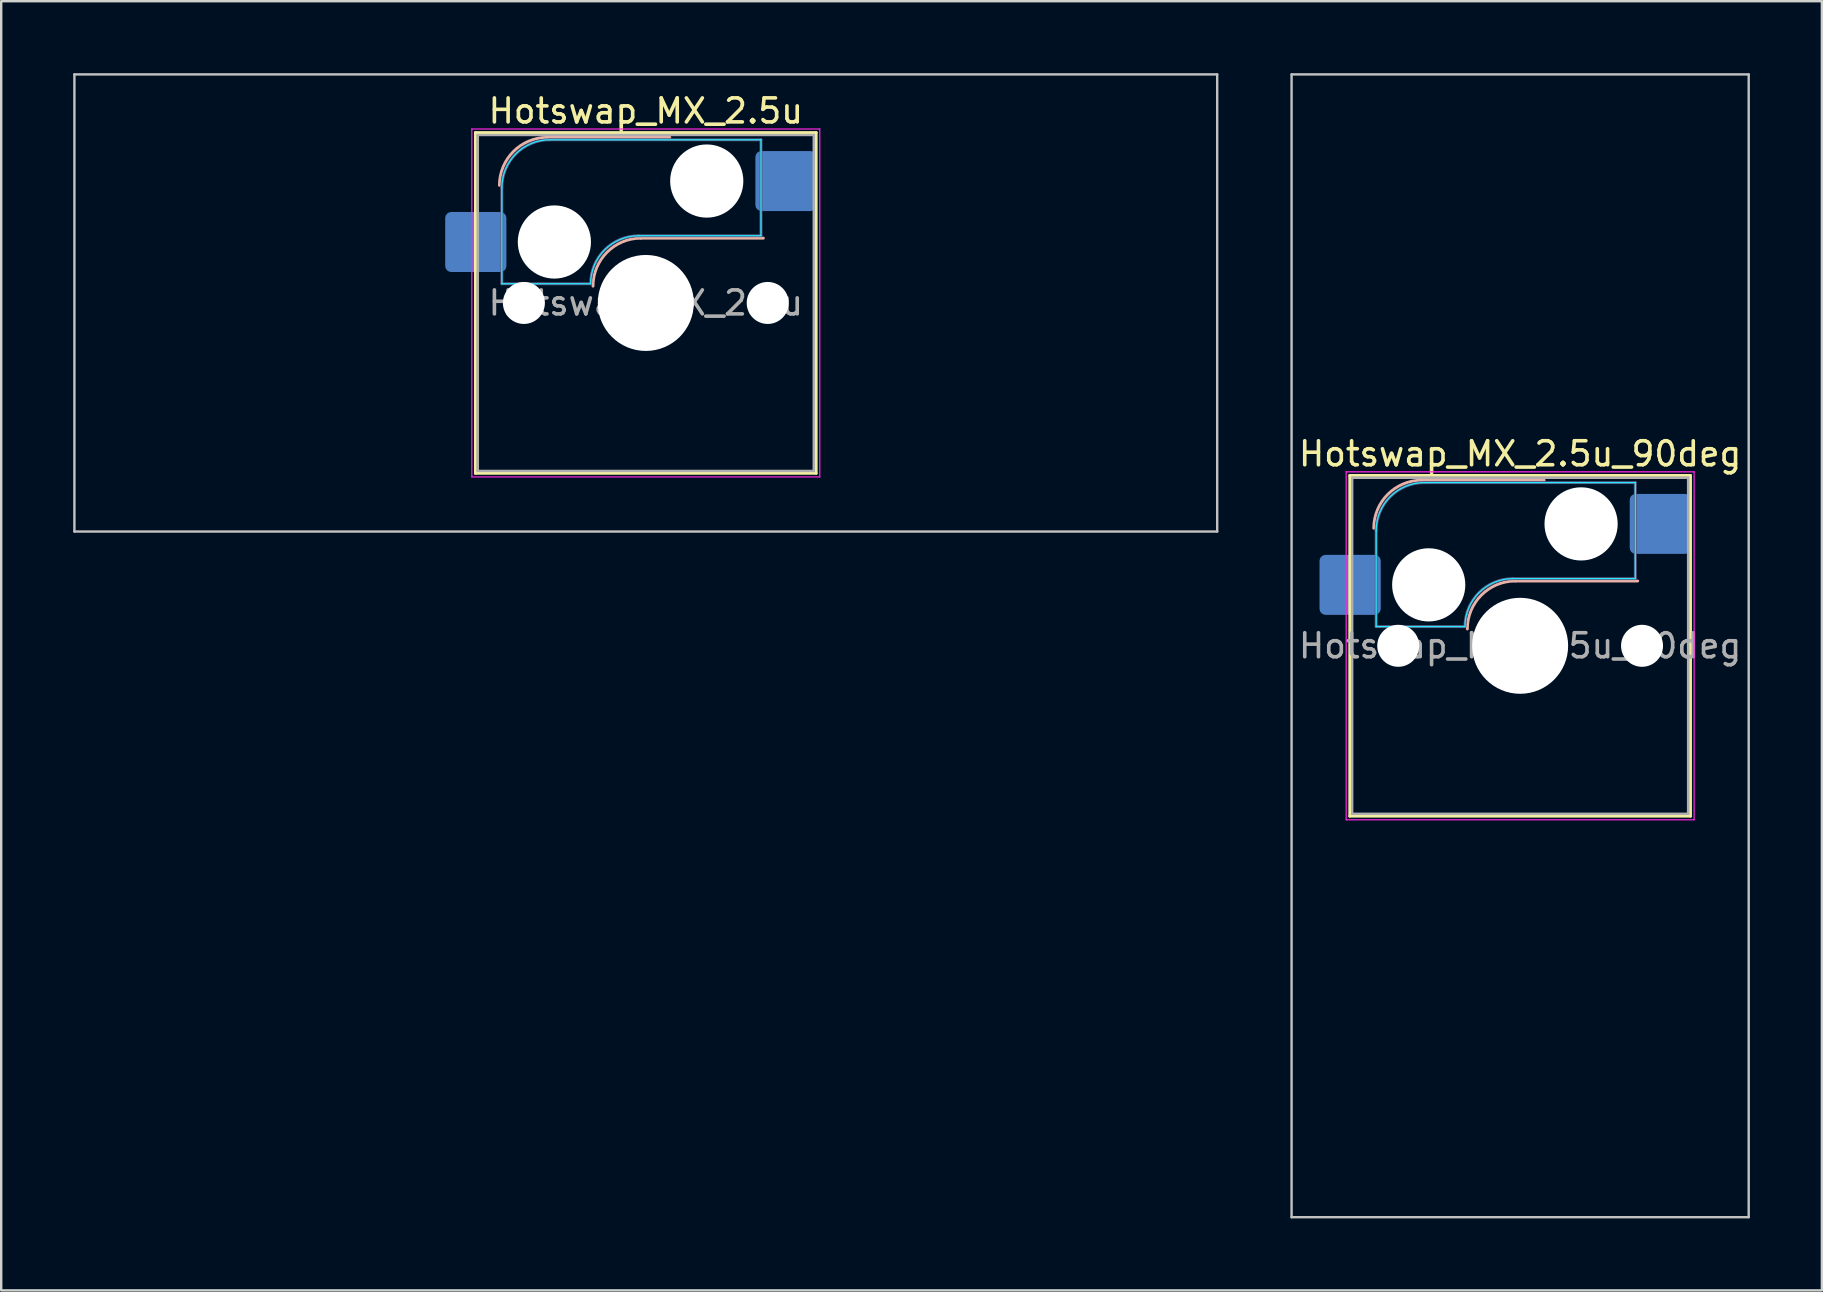
<source format=kicad_pcb>
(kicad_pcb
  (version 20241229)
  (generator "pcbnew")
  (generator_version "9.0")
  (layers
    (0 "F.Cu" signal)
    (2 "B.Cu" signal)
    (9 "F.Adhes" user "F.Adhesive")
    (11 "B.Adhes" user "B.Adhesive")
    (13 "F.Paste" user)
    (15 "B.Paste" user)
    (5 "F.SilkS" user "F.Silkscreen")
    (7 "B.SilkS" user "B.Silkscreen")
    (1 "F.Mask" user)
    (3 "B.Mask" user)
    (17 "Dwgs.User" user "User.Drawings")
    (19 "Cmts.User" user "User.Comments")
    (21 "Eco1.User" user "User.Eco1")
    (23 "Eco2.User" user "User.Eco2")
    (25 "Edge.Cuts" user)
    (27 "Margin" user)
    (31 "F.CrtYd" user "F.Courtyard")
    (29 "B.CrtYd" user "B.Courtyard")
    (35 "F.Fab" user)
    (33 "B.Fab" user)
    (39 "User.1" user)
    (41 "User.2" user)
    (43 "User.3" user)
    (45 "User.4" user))
  (footprint "Hotswap_MX_2.5u_90deg"
    (layer "F.Cu")
    (at 60.3 23.863)
    (property "Reference" "Hotswap_MX_2.5u_90deg" (at 0 -8 0) (layer "F.SilkS") (effects (font (size 1 1) (thickness 0.15))))
    (attr smd)
    (fp_line (start -7.1 -7.1) (end -7.1 7.1) (stroke (width 0.12) (type solid)) (layer "F.SilkS"))
    (fp_line (start -7.1 7.1) (end 7.1 7.1) (stroke (width 0.12) (type solid)) (layer "F.SilkS"))
    (fp_line (start 7.1 -7.1) (end -7.1 -7.1) (stroke (width 0.12) (type solid)) (layer "F.SilkS"))
    (fp_line (start 7.1 7.1) (end 7.1 -7.1) (stroke (width 0.12) (type solid)) (layer "F.SilkS"))
    (fp_line (start -4.1 -6.9) (end 1 -6.9) (stroke (width 0.12) (type solid)) (layer "B.SilkS"))
    (fp_line (start -0.2 -2.7) (end 4.9 -2.7) (stroke (width 0.12) (type solid)) (layer "B.SilkS"))
    (fp_arc (start -6.1 -4.9) (mid -5.514214 -6.314214) (end -4.1 -6.9) (stroke (width 0.12) (type solid)) (layer "B.SilkS"))
    (fp_arc (start -2.2 -0.7) (mid -1.614214 -2.114214) (end -0.2 -2.7) (stroke (width 0.12) (type solid)) (layer "B.SilkS"))
    (fp_line (start -9.525 -23.812) (end 9.525 -23.812) (stroke (width 0.1) (type solid)) (layer "Dwgs.User"))
    (fp_line (start -9.525 23.812) (end -9.525 -23.812) (stroke (width 0.1) (type solid)) (layer "Dwgs.User"))
    (fp_line (start 9.525 -23.812) (end 9.525 23.812) (stroke (width 0.1) (type solid)) (layer "Dwgs.User"))
    (fp_line (start 9.525 23.812) (end -9.525 23.812) (stroke (width 0.1) (type solid)) (layer "Dwgs.User"))
    (fp_line (start -7.8 -6) (end -7 -6) (stroke (width 0.1) (type solid)) (layer "Eco1.User"))
    (fp_line (start -7.8 -2.9) (end -7.8 -6) (stroke (width 0.1) (type solid)) (layer "Eco1.User"))
    (fp_line (start -7.8 2.9) (end -7 2.9) (stroke (width 0.1) (type solid)) (layer "Eco1.User"))
    (fp_line (start -7.8 6) (end -7.8 2.9) (stroke (width 0.1) (type solid)) (layer "Eco1.User"))
    (fp_line (start -7 -7) (end 7 -7) (stroke (width 0.1) (type solid)) (layer "Eco1.User"))
    (fp_line (start -7 -6) (end -7 -7) (stroke (width 0.1) (type solid)) (layer "Eco1.User"))
    (fp_line (start -7 -2.9) (end -7.8 -2.9) (stroke (width 0.1) (type solid)) (layer "Eco1.User"))
    (fp_line (start -7 2.9) (end -7 -2.9) (stroke (width 0.1) (type solid)) (layer "Eco1.User"))
    (fp_line (start -7 6) (end -7.8 6) (stroke (width 0.1) (type solid)) (layer "Eco1.User"))
    (fp_line (start -7 7) (end -7 6) (stroke (width 0.1) (type solid)) (layer "Eco1.User"))
    (fp_line (start 7 -7) (end 7 -6) (stroke (width 0.1) (type solid)) (layer "Eco1.User"))
    (fp_line (start 7 -6) (end 7.8 -6) (stroke (width 0.1) (type solid)) (layer "Eco1.User"))
    (fp_line (start 7 -2.9) (end 7 2.9) (stroke (width 0.1) (type solid)) (layer "Eco1.User"))
    (fp_line (start 7 2.9) (end 7.8 2.9) (stroke (width 0.1) (type solid)) (layer "Eco1.User"))
    (fp_line (start 7 6) (end 7 7) (stroke (width 0.1) (type solid)) (layer "Eco1.User"))
    (fp_line (start 7 7) (end -7 7) (stroke (width 0.1) (type solid)) (layer "Eco1.User"))
    (fp_line (start 7.8 -6) (end 7.8 -2.9) (stroke (width 0.1) (type solid)) (layer "Eco1.User"))
    (fp_line (start 7.8 -2.9) (end 7 -2.9) (stroke (width 0.1) (type solid)) (layer "Eco1.User"))
    (fp_line (start 7.8 2.9) (end 7.8 6) (stroke (width 0.1) (type solid)) (layer "Eco1.User"))
    (fp_line (start 7.8 6) (end 7 6) (stroke (width 0.1) (type solid)) (layer "Eco1.User"))
    (fp_line (start -6 -0.8) (end -6 -4.8) (stroke (width 0.05) (type solid)) (layer "B.CrtYd"))
    (fp_line (start -6 -0.8) (end -2.3 -0.8) (stroke (width 0.05) (type solid)) (layer "B.CrtYd"))
    (fp_line (start -4 -6.8) (end 4.8 -6.8) (stroke (width 0.05) (type solid)) (layer "B.CrtYd"))
    (fp_line (start -0.3 -2.8) (end 4.8 -2.8) (stroke (width 0.05) (type solid)) (layer "B.CrtYd"))
    (fp_line (start 4.8 -6.8) (end 4.8 -2.8) (stroke (width 0.05) (type solid)) (layer "B.CrtYd"))
    (fp_arc (start -6 -4.8) (mid -5.414214 -6.214214) (end -4 -6.8) (stroke (width 0.05) (type solid)) (layer "B.CrtYd"))
    (fp_arc (start -2.3 -0.8) (mid -1.714214 -2.214214) (end -0.3 -2.8) (stroke (width 0.05) (type solid)) (layer "B.CrtYd"))
    (fp_line (start -7.25 -7.25) (end -7.25 7.25) (stroke (width 0.05) (type solid)) (layer "F.CrtYd"))
    (fp_line (start -7.25 7.25) (end 7.25 7.25) (stroke (width 0.05) (type solid)) (layer "F.CrtYd"))
    (fp_line (start 7.25 -7.25) (end -7.25 -7.25) (stroke (width 0.05) (type solid)) (layer "F.CrtYd"))
    (fp_line (start 7.25 7.25) (end 7.25 -7.25) (stroke (width 0.05) (type solid)) (layer "F.CrtYd"))
    (fp_line (start -6 -0.8) (end -6 -4.8) (stroke (width 0.12) (type solid)) (layer "B.Fab"))
    (fp_line (start -6 -0.8) (end -2.3 -0.8) (stroke (width 0.12) (type solid)) (layer "B.Fab"))
    (fp_line (start -4 -6.8) (end 4.8 -6.8) (stroke (width 0.12) (type solid)) (layer "B.Fab"))
    (fp_line (start -0.3 -2.8) (end 4.8 -2.8) (stroke (width 0.12) (type solid)) (layer "B.Fab"))
    (fp_line (start 4.8 -6.8) (end 4.8 -2.8) (stroke (width 0.12) (type solid)) (layer "B.Fab"))
    (fp_arc (start -6 -4.8) (mid -5.414214 -6.214214) (end -4 -6.8) (stroke (width 0.12) (type solid)) (layer "B.Fab"))
    (fp_arc (start -2.3 -0.8) (mid -1.714214 -2.214214) (end -0.3 -2.8) (stroke (width 0.12) (type solid)) (layer "B.Fab"))
    (fp_line (start -7 -7) (end -7 7) (stroke (width 0.1) (type solid)) (layer "F.Fab"))
    (fp_line (start -7 7) (end 7 7) (stroke (width 0.1) (type solid)) (layer "F.Fab"))
    (fp_line (start 7 -7) (end -7 -7) (stroke (width 0.1) (type solid)) (layer "F.Fab"))
    (fp_line (start 7 7) (end 7 -7) (stroke (width 0.1) (type solid)) (layer "F.Fab"))
    (fp_text user "${REFERENCE}" (at 0 0 0) (layer "F.Fab") (effects (font (size 1 1) (thickness 0.15))))
    (pad "" np_thru_hole circle (at -5.08 0) (size 1.75 1.75) (drill 1.75) (layers "*.Cu" "*.Mask"))
    (pad "" np_thru_hole circle (at -3.81 -2.54) (size 3.05 3.05) (drill 3.05) (layers "*.Cu" "*.Mask"))
    (pad "" np_thru_hole circle (at 0 0) (size 4 4) (drill 4) (layers "*.Cu" "*.Mask"))
    (pad "" np_thru_hole circle (at 2.54 -5.08) (size 3.05 3.05) (drill 3.05) (layers "*.Cu" "*.Mask"))
    (pad "" np_thru_hole circle (at 5.08 0) (size 1.75 1.75) (drill 1.75) (layers "*.Cu" "*.Mask"))
    (pad "1" smd roundrect (at -7.085 -2.54) (size 2.55 2.5) (layers "B.Cu" "B.Mask" "B.Paste") (roundrect_rratio 0.1))
    (pad "2" smd roundrect (at 5.842 -5.08) (size 2.55 2.5) (layers "B.Cu" "B.Mask" "B.Paste") (roundrect_rratio 0.1)))
  (footprint "Hotswap_MX_2.5u"
    (layer "F.Cu")
    (at 23.863 9.575)
    (property "Reference" "Hotswap_MX_2.5u" (at 0 -8 0) (layer "F.SilkS") (effects (font (size 1 1) (thickness 0.15))))
    (attr smd)
    (fp_line (start -7.1 -7.1) (end -7.1 7.1) (stroke (width 0.12) (type solid)) (layer "F.SilkS"))
    (fp_line (start -7.1 7.1) (end 7.1 7.1) (stroke (width 0.12) (type solid)) (layer "F.SilkS"))
    (fp_line (start 7.1 -7.1) (end -7.1 -7.1) (stroke (width 0.12) (type solid)) (layer "F.SilkS"))
    (fp_line (start 7.1 7.1) (end 7.1 -7.1) (stroke (width 0.12) (type solid)) (layer "F.SilkS"))
    (fp_line (start -4.1 -6.9) (end 1 -6.9) (stroke (width 0.12) (type solid)) (layer "B.SilkS"))
    (fp_line (start -0.2 -2.7) (end 4.9 -2.7) (stroke (width 0.12) (type solid)) (layer "B.SilkS"))
    (fp_arc (start -6.1 -4.9) (mid -5.514214 -6.314214) (end -4.1 -6.9) (stroke (width 0.12) (type solid)) (layer "B.SilkS"))
    (fp_arc (start -2.2 -0.7) (mid -1.614214 -2.114214) (end -0.2 -2.7) (stroke (width 0.12) (type solid)) (layer "B.SilkS"))
    (fp_line (start -23.812 -9.525) (end -23.812 9.525) (stroke (width 0.1) (type solid)) (layer "Dwgs.User"))
    (fp_line (start -23.812 9.525) (end 23.812 9.525) (stroke (width 0.1) (type solid)) (layer "Dwgs.User"))
    (fp_line (start 23.812 -9.525) (end -23.812 -9.525) (stroke (width 0.1) (type solid)) (layer "Dwgs.User"))
    (fp_line (start 23.812 9.525) (end 23.812 -9.525) (stroke (width 0.1) (type solid)) (layer "Dwgs.User"))
    (fp_line (start -7.8 -6) (end -7 -6) (stroke (width 0.1) (type solid)) (layer "Eco1.User"))
    (fp_line (start -7.8 -2.9) (end -7.8 -6) (stroke (width 0.1) (type solid)) (layer "Eco1.User"))
    (fp_line (start -7.8 2.9) (end -7 2.9) (stroke (width 0.1) (type solid)) (layer "Eco1.User"))
    (fp_line (start -7.8 6) (end -7.8 2.9) (stroke (width 0.1) (type solid)) (layer "Eco1.User"))
    (fp_line (start -7 -7) (end 7 -7) (stroke (width 0.1) (type solid)) (layer "Eco1.User"))
    (fp_line (start -7 -6) (end -7 -7) (stroke (width 0.1) (type solid)) (layer "Eco1.User"))
    (fp_line (start -7 -2.9) (end -7.8 -2.9) (stroke (width 0.1) (type solid)) (layer "Eco1.User"))
    (fp_line (start -7 2.9) (end -7 -2.9) (stroke (width 0.1) (type solid)) (layer "Eco1.User"))
    (fp_line (start -7 6) (end -7.8 6) (stroke (width 0.1) (type solid)) (layer "Eco1.User"))
    (fp_line (start -7 7) (end -7 6) (stroke (width 0.1) (type solid)) (layer "Eco1.User"))
    (fp_line (start 7 -7) (end 7 -6) (stroke (width 0.1) (type solid)) (layer "Eco1.User"))
    (fp_line (start 7 -6) (end 7.8 -6) (stroke (width 0.1) (type solid)) (layer "Eco1.User"))
    (fp_line (start 7 -2.9) (end 7 2.9) (stroke (width 0.1) (type solid)) (layer "Eco1.User"))
    (fp_line (start 7 2.9) (end 7.8 2.9) (stroke (width 0.1) (type solid)) (layer "Eco1.User"))
    (fp_line (start 7 6) (end 7 7) (stroke (width 0.1) (type solid)) (layer "Eco1.User"))
    (fp_line (start 7 7) (end -7 7) (stroke (width 0.1) (type solid)) (layer "Eco1.User"))
    (fp_line (start 7.8 -6) (end 7.8 -2.9) (stroke (width 0.1) (type solid)) (layer "Eco1.User"))
    (fp_line (start 7.8 -2.9) (end 7 -2.9) (stroke (width 0.1) (type solid)) (layer "Eco1.User"))
    (fp_line (start 7.8 2.9) (end 7.8 6) (stroke (width 0.1) (type solid)) (layer "Eco1.User"))
    (fp_line (start 7.8 6) (end 7 6) (stroke (width 0.1) (type solid)) (layer "Eco1.User"))
    (fp_line (start -6 -0.8) (end -6 -4.8) (stroke (width 0.05) (type solid)) (layer "B.CrtYd"))
    (fp_line (start -6 -0.8) (end -2.3 -0.8) (stroke (width 0.05) (type solid)) (layer "B.CrtYd"))
    (fp_line (start -4 -6.8) (end 4.8 -6.8) (stroke (width 0.05) (type solid)) (layer "B.CrtYd"))
    (fp_line (start -0.3 -2.8) (end 4.8 -2.8) (stroke (width 0.05) (type solid)) (layer "B.CrtYd"))
    (fp_line (start 4.8 -6.8) (end 4.8 -2.8) (stroke (width 0.05) (type solid)) (layer "B.CrtYd"))
    (fp_arc (start -6 -4.8) (mid -5.414214 -6.214214) (end -4 -6.8) (stroke (width 0.05) (type solid)) (layer "B.CrtYd"))
    (fp_arc (start -2.3 -0.8) (mid -1.714214 -2.214214) (end -0.3 -2.8) (stroke (width 0.05) (type solid)) (layer "B.CrtYd"))
    (fp_line (start -7.25 -7.25) (end -7.25 7.25) (stroke (width 0.05) (type solid)) (layer "F.CrtYd"))
    (fp_line (start -7.25 7.25) (end 7.25 7.25) (stroke (width 0.05) (type solid)) (layer "F.CrtYd"))
    (fp_line (start 7.25 -7.25) (end -7.25 -7.25) (stroke (width 0.05) (type solid)) (layer "F.CrtYd"))
    (fp_line (start 7.25 7.25) (end 7.25 -7.25) (stroke (width 0.05) (type solid)) (layer "F.CrtYd"))
    (fp_line (start -6 -0.8) (end -6 -4.8) (stroke (width 0.12) (type solid)) (layer "B.Fab"))
    (fp_line (start -6 -0.8) (end -2.3 -0.8) (stroke (width 0.12) (type solid)) (layer "B.Fab"))
    (fp_line (start -4 -6.8) (end 4.8 -6.8) (stroke (width 0.12) (type solid)) (layer "B.Fab"))
    (fp_line (start -0.3 -2.8) (end 4.8 -2.8) (stroke (width 0.12) (type solid)) (layer "B.Fab"))
    (fp_line (start 4.8 -6.8) (end 4.8 -2.8) (stroke (width 0.12) (type solid)) (layer "B.Fab"))
    (fp_arc (start -6 -4.8) (mid -5.414214 -6.214214) (end -4 -6.8) (stroke (width 0.12) (type solid)) (layer "B.Fab"))
    (fp_arc (start -2.3 -0.8) (mid -1.714214 -2.214214) (end -0.3 -2.8) (stroke (width 0.12) (type solid)) (layer "B.Fab"))
    (fp_line (start -7 -7) (end -7 7) (stroke (width 0.1) (type solid)) (layer "F.Fab"))
    (fp_line (start -7 7) (end 7 7) (stroke (width 0.1) (type solid)) (layer "F.Fab"))
    (fp_line (start 7 -7) (end -7 -7) (stroke (width 0.1) (type solid)) (layer "F.Fab"))
    (fp_line (start 7 7) (end 7 -7) (stroke (width 0.1) (type solid)) (layer "F.Fab"))
    (fp_text user "${REFERENCE}" (at 0 0 0) (layer "F.Fab") (effects (font (size 1 1) (thickness 0.15))))
    (pad "" np_thru_hole circle (at -5.08 0) (size 1.75 1.75) (drill 1.75) (layers "*.Cu" "*.Mask"))
    (pad "" np_thru_hole circle (at -3.81 -2.54) (size 3.05 3.05) (drill 3.05) (layers "*.Cu" "*.Mask"))
    (pad "" np_thru_hole circle (at 0 0) (size 4 4) (drill 4) (layers "*.Cu" "*.Mask"))
    (pad "" np_thru_hole circle (at 2.54 -5.08) (size 3.05 3.05) (drill 3.05) (layers "*.Cu" "*.Mask"))
    (pad "" np_thru_hole circle (at 5.08 0) (size 1.75 1.75) (drill 1.75) (layers "*.Cu" "*.Mask"))
    (pad "1" smd roundrect (at -7.085 -2.54) (size 2.55 2.5) (layers "B.Cu" "B.Mask" "B.Paste") (roundrect_rratio 0.1))
    (pad "2" smd roundrect (at 5.842 -5.08) (size 2.55 2.5) (layers "B.Cu" "B.Mask" "B.Paste") (roundrect_rratio 0.1)))
  (gr_rect
    (start -3 -3)
    (end 72.875 50.725)
    (stroke (width 0.1) (type default))
    (fill no)
    (layer "Edge.Cuts")))
</source>
